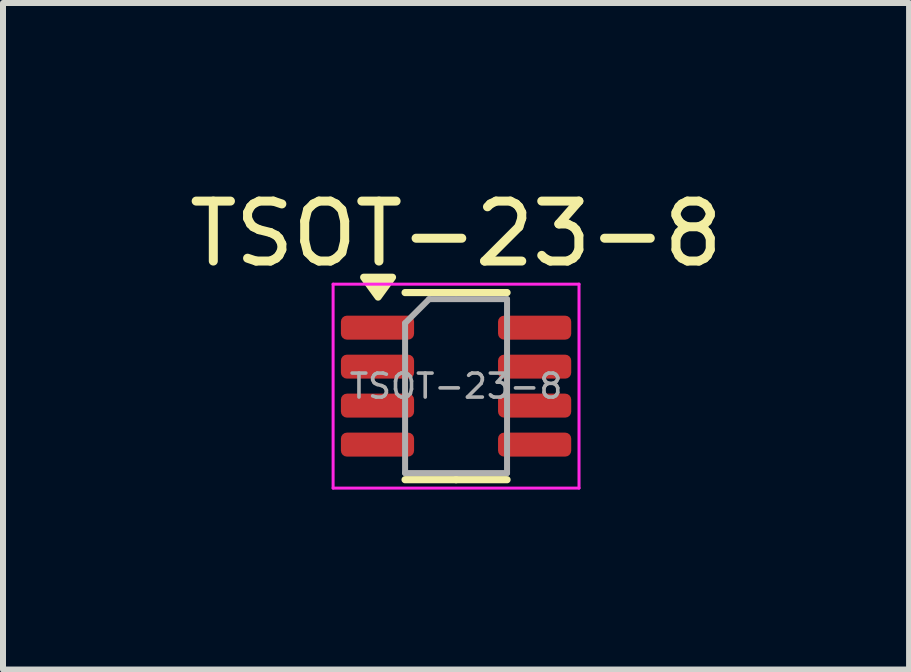
<source format=kicad_pcb>
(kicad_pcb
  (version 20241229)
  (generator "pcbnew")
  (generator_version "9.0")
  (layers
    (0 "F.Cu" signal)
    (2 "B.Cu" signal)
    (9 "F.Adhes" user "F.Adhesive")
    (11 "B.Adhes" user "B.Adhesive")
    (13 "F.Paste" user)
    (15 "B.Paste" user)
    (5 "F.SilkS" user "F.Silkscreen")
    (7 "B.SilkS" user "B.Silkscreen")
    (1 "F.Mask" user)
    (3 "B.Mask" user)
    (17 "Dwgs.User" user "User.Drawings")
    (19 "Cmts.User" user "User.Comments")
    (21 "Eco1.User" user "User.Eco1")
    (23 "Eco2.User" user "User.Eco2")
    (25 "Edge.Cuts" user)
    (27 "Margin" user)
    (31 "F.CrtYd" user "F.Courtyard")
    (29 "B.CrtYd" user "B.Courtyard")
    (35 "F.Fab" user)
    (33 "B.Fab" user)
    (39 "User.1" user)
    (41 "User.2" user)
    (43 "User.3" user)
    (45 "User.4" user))
  (footprint "TSOT-23-8"
    (layer "F.Cu")
    (at 4.554 3.388)
    (property "Reference" "TSOT-23-8" (at 0 -2.54 0) (layer "F.SilkS") (effects (font (size 1 1) (thickness 0.15))))
    (attr smd)
    (fp_line (start 0 -1.56) (end -0.85 -1.56) (stroke (width 0.12) (type solid)) (layer "F.SilkS"))
    (fp_line (start 0 -1.56) (end 0.85 -1.56) (stroke (width 0.12) (type solid)) (layer "F.SilkS"))
    (fp_line (start 0 1.56) (end -0.85 1.56) (stroke (width 0.12) (type solid)) (layer "F.SilkS"))
    (fp_line (start 0 1.56) (end 0.85 1.56) (stroke (width 0.12) (type solid)) (layer "F.SilkS"))
    (fp_poly (pts (xy -1.3 -1.485) (xy -1.54 -1.815) (xy -1.06 -1.815) (xy -1.3 -1.485)) (stroke (width 0.12) (type solid)) (fill yes) (layer "F.SilkS"))
    (fp_line (start -2.05 -1.7) (end -2.05 1.7) (stroke (width 0.05) (type solid)) (layer "F.CrtYd"))
    (fp_line (start -2.05 1.7) (end 2.05 1.7) (stroke (width 0.05) (type solid)) (layer "F.CrtYd"))
    (fp_line (start 2.05 -1.7) (end -2.05 -1.7) (stroke (width 0.05) (type solid)) (layer "F.CrtYd"))
    (fp_line (start 2.05 1.7) (end 2.05 -1.7) (stroke (width 0.05) (type solid)) (layer "F.CrtYd"))
    (fp_line (start -0.85 -1.05) (end -0.45 -1.45) (stroke (width 0.1) (type solid)) (layer "F.Fab"))
    (fp_line (start -0.85 1.45) (end -0.85 -1.05) (stroke (width 0.1) (type solid)) (layer "F.Fab"))
    (fp_line (start -0.45 -1.45) (end 0.85 -1.45) (stroke (width 0.1) (type solid)) (layer "F.Fab"))
    (fp_line (start 0.85 -1.45) (end 0.85 1.45) (stroke (width 0.1) (type solid)) (layer "F.Fab"))
    (fp_line (start 0.85 1.45) (end -0.85 1.45) (stroke (width 0.1) (type solid)) (layer "F.Fab"))
    (fp_text user "${REFERENCE}" (at 0 0 0) (layer "F.Fab") (effects (font (size 0.4 0.4) (thickness 0.06))))
    (pad "1" smd roundrect (at -1.31 -0.975) (size 1.22 0.4) (layers "F.Cu" "F.Mask" "F.Paste") (roundrect_rratio 0.25))
    (pad "2" smd roundrect (at -1.31 -0.325) (size 1.22 0.4) (layers "F.Cu" "F.Mask" "F.Paste") (roundrect_rratio 0.25))
    (pad "3" smd roundrect (at -1.31 0.325) (size 1.22 0.4) (layers "F.Cu" "F.Mask" "F.Paste") (roundrect_rratio 0.25))
    (pad "4" smd roundrect (at -1.31 0.975) (size 1.22 0.4) (layers "F.Cu" "F.Mask" "F.Paste") (roundrect_rratio 0.25))
    (pad "5" smd roundrect (at 1.31 0.975) (size 1.22 0.4) (layers "F.Cu" "F.Mask" "F.Paste") (roundrect_rratio 0.25))
    (pad "6" smd roundrect (at 1.31 0.325) (size 1.22 0.4) (layers "F.Cu" "F.Mask" "F.Paste") (roundrect_rratio 0.25))
    (pad "7" smd roundrect (at 1.31 -0.325) (size 1.22 0.4) (layers "F.Cu" "F.Mask" "F.Paste") (roundrect_rratio 0.25))
    (pad "8" smd roundrect (at 1.31 -0.975) (size 1.22 0.4) (layers "F.Cu" "F.Mask" "F.Paste") (roundrect_rratio 0.25)))
  (gr_rect
    (start -3 -3)
    (end 12.107 8.113)
    (stroke (width 0.1) (type default))
    (fill no)
    (layer "Edge.Cuts")))
</source>
